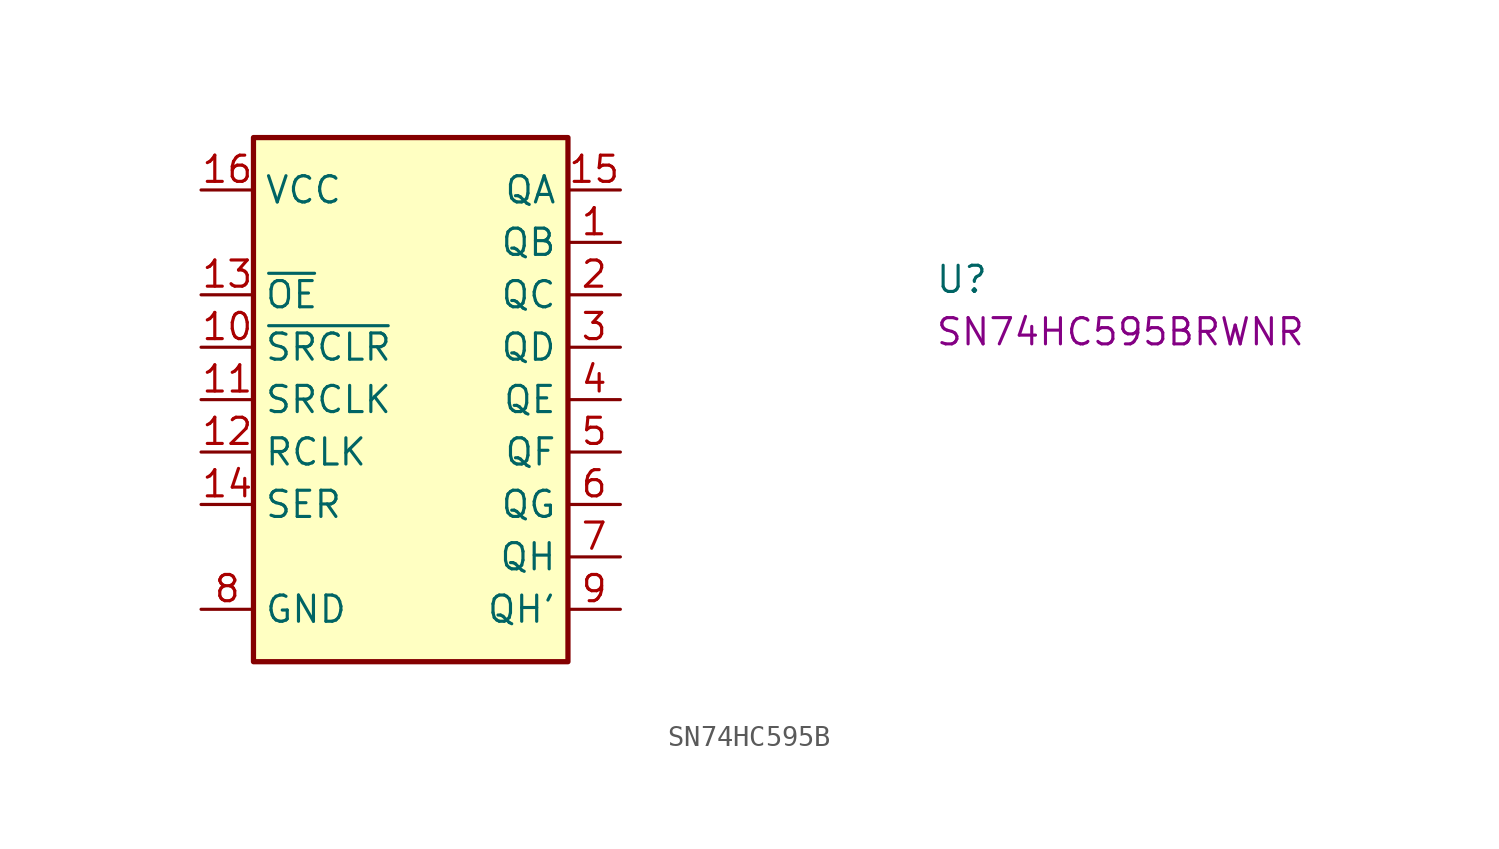
<source format=kicad_sym>
(kicad_symbol_lib
  (version 20220914)
  (generator kicad_symbol_editor)
  (symbol "SN74HC595B"
    (property "Reference" "U"
      (at 35.56 -5.08 0)
      (effects (font (size 1.27 1.27) (thickness 0.15)) (justify left bottom)))
    (property "MPN" "SN74HC595BRWNR"
      (at 35.56 -7.62 0)
      (effects (font (size 1.27 1.27) (thickness 0.15)) (justify left bottom)))
    (symbol "SN74HC595B_1_1"
      (rectangle (start 2.54 2.54) (end 17.78 -22.86) (stroke (width 0.254) (type default)) (fill (type background)))
      (pin output line (at 20.32 -2.54 180) (length 2.54) (name "QB" (effects (font (size 1.27 1.27)))) (number "1" (effects (font (size 1.27 1.27)))))
      (pin input line (at 0 -7.62 0) (length 2.54) (name "~{SRCLR}" (effects (font (size 1.27 1.27)))) (number "10" (effects (font (size 1.27 1.27)))))
      (pin input line (at 0 -10.16 0) (length 2.54) (name "SRCLK" (effects (font (size 1.27 1.27)))) (number "11" (effects (font (size 1.27 1.27)))))
      (pin input line (at 0 -12.7 0) (length 2.54) (name "RCLK" (effects (font (size 1.27 1.27)))) (number "12" (effects (font (size 1.27 1.27)))))
      (pin input line (at 0 -5.08 0) (length 2.54) (name "~{OE}" (effects (font (size 1.27 1.27)))) (number "13" (effects (font (size 1.27 1.27)))))
      (pin input line (at 0 -15.24 0) (length 2.54) (name "SER" (effects (font (size 1.27 1.27)))) (number "14" (effects (font (size 1.27 1.27)))))
      (pin output line (at 20.32 0 180) (length 2.54) (name "QA" (effects (font (size 1.27 1.27)))) (number "15" (effects (font (size 1.27 1.27)))))
      (pin power_in line (at 0 0 0) (length 2.54) (name "VCC" (effects (font (size 1.27 1.27)))) (number "16" (effects (font (size 1.27 1.27)))))
      (pin no_connect line (at 2.54 -17.78 0) (length 2.54) hide (name "EP" (effects (font (size 1.27 1.27)))) (number "17" (effects (font (size 1.27 1.27)))))
      (pin output line (at 20.32 -5.08 180) (length 2.54) (name "QC" (effects (font (size 1.27 1.27)))) (number "2" (effects (font (size 1.27 1.27)))))
      (pin output line (at 20.32 -7.62 180) (length 2.54) (name "QD" (effects (font (size 1.27 1.27)))) (number "3" (effects (font (size 1.27 1.27)))))
      (pin output line (at 20.32 -10.16 180) (length 2.54) (name "QE" (effects (font (size 1.27 1.27)))) (number "4" (effects (font (size 1.27 1.27)))))
      (pin output line (at 20.32 -12.7 180) (length 2.54) (name "QF" (effects (font (size 1.27 1.27)))) (number "5" (effects (font (size 1.27 1.27)))))
      (pin output line (at 20.32 -15.24 180) (length 2.54) (name "QG" (effects (font (size 1.27 1.27)))) (number "6" (effects (font (size 1.27 1.27)))))
      (pin output line (at 20.32 -17.78 180) (length 2.54) (name "QH" (effects (font (size 1.27 1.27)))) (number "7" (effects (font (size 1.27 1.27)))))
      (pin power_in line (at 0 -20.32 0) (length 2.54) (name "GND" (effects (font (size 1.27 1.27)))) (number "8" (effects (font (size 1.27 1.27)))))
      (pin output line (at 20.32 -20.32 180) (length 2.54) (name "QH'" (effects (font (size 1.27 1.27)))) (number "9" (effects (font (size 1.27 1.27))))))))
</source>
